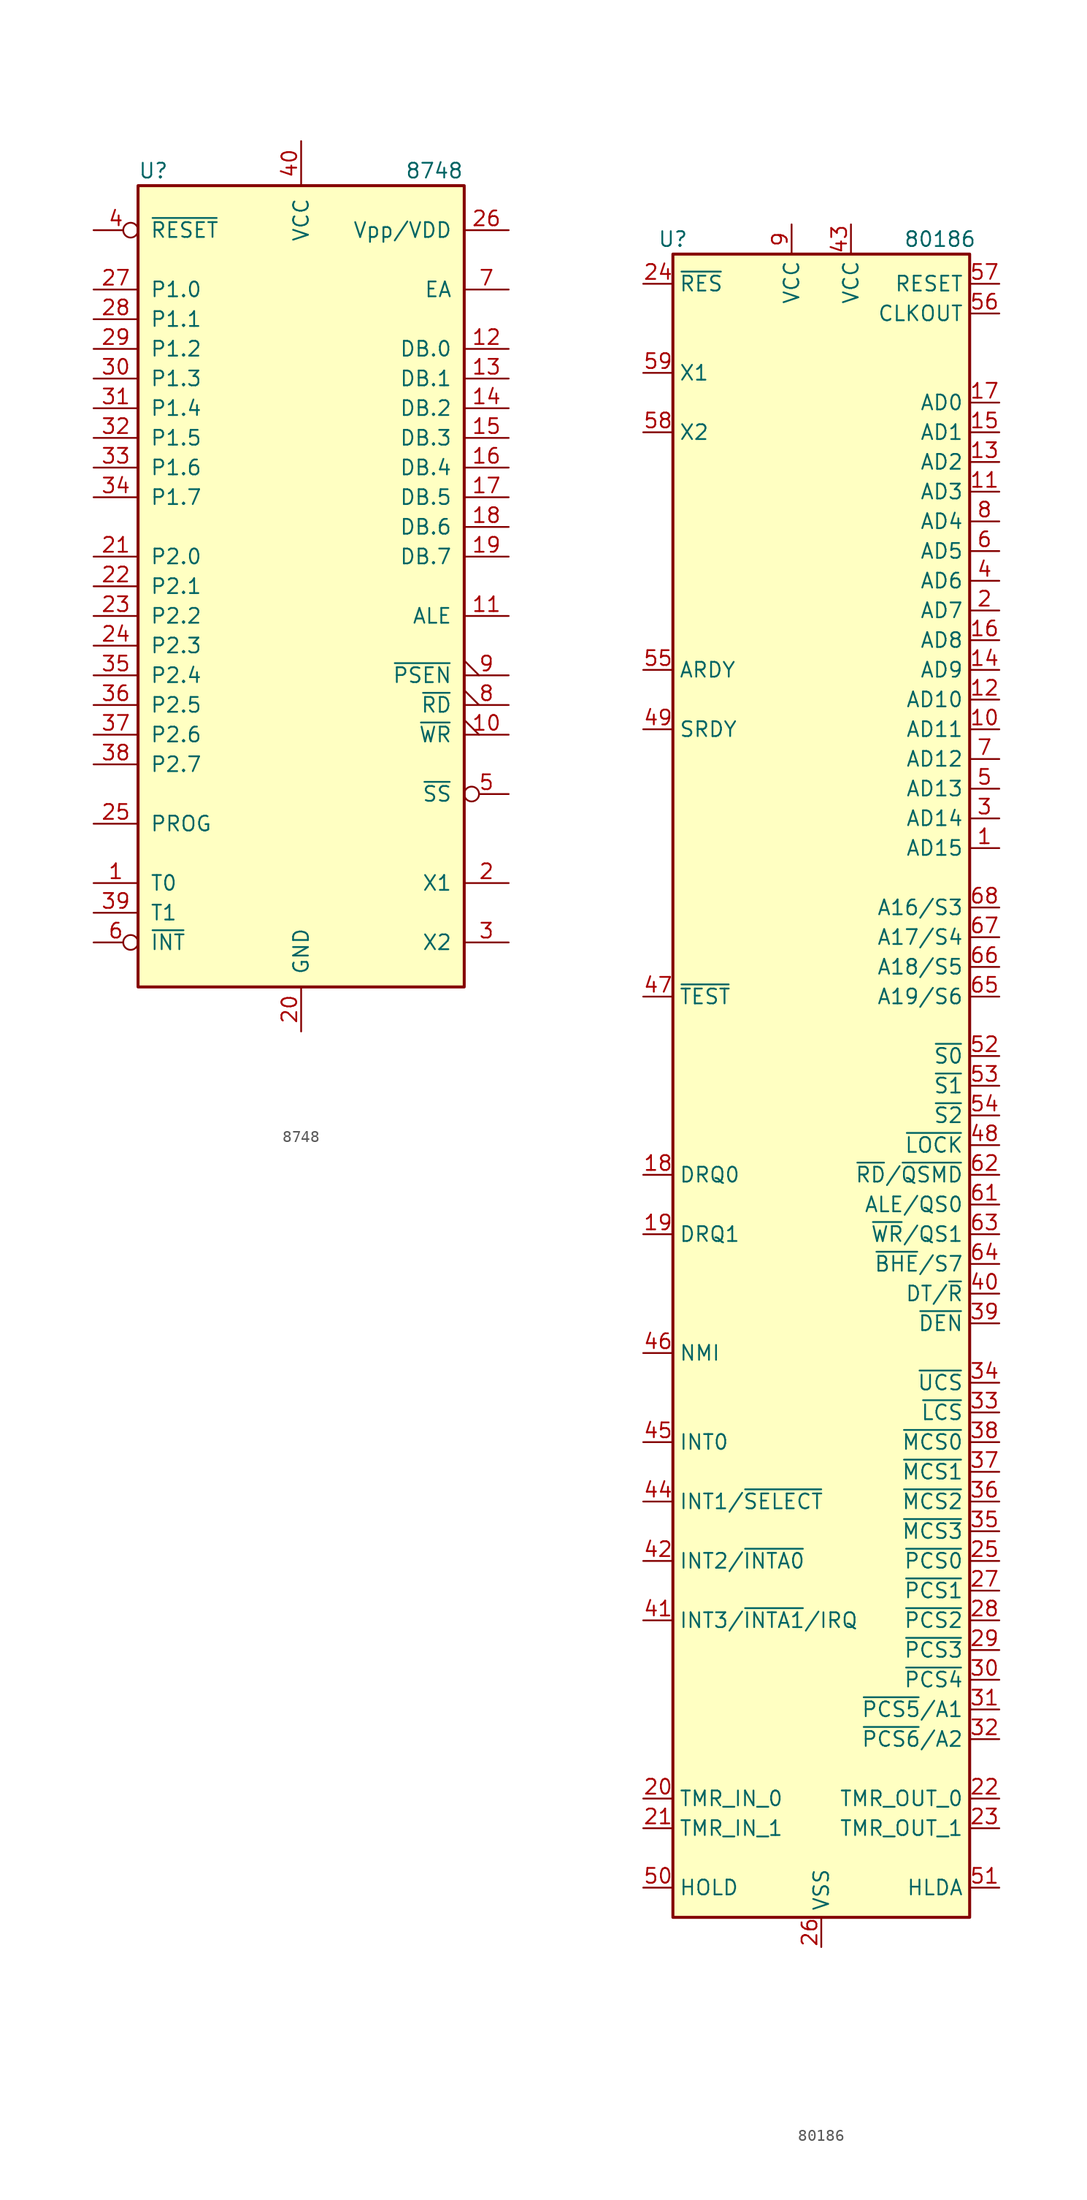
<source format=kicad_sym>
(kicad_symbol_lib
  (version 20241209)
  (generator "kicad_symbol_editor")
  (generator_version "9.0")
  (symbol "8748"
    (pin_names
      (offset 1.016))
    (property "Reference" "U"
      (at -13.97 35.56 0)
      (effects (font (size 1.27 1.27)) (justify left)))
    (property "Value" "8748"
      (at 8.89 35.56 0)
      (effects (font (size 1.27 1.27)) (justify left)))
    (symbol "8748_1_1"
      (rectangle (start -13.97 -34.29) (end 13.97 34.29) (stroke (width 0.254) (type default)) (fill (type background)))
      (pin input inverted (at -17.78 30.48 0) (length 3.81) (name "~{RESET}" (effects (font (size 1.27 1.27)))) (number "4" (effects (font (size 1.27 1.27)))))
      (pin bidirectional line (at -17.78 25.4 0) (length 3.81) (name "P1.0" (effects (font (size 1.27 1.27)))) (number "27" (effects (font (size 1.27 1.27)))))
      (pin bidirectional line (at -17.78 22.86 0) (length 3.81) (name "P1.1" (effects (font (size 1.27 1.27)))) (number "28" (effects (font (size 1.27 1.27)))))
      (pin bidirectional line (at -17.78 20.32 0) (length 3.81) (name "P1.2" (effects (font (size 1.27 1.27)))) (number "29" (effects (font (size 1.27 1.27)))))
      (pin bidirectional line (at -17.78 17.78 0) (length 3.81) (name "P1.3" (effects (font (size 1.27 1.27)))) (number "30" (effects (font (size 1.27 1.27)))))
      (pin bidirectional line (at -17.78 15.24 0) (length 3.81) (name "P1.4" (effects (font (size 1.27 1.27)))) (number "31" (effects (font (size 1.27 1.27)))))
      (pin bidirectional line (at -17.78 12.7 0) (length 3.81) (name "P1.5" (effects (font (size 1.27 1.27)))) (number "32" (effects (font (size 1.27 1.27)))))
      (pin bidirectional line (at -17.78 10.16 0) (length 3.81) (name "P1.6" (effects (font (size 1.27 1.27)))) (number "33" (effects (font (size 1.27 1.27)))))
      (pin bidirectional line (at -17.78 7.62 0) (length 3.81) (name "P1.7" (effects (font (size 1.27 1.27)))) (number "34" (effects (font (size 1.27 1.27)))))
      (pin bidirectional line (at -17.78 2.54 0) (length 3.81) (name "P2.0" (effects (font (size 1.27 1.27)))) (number "21" (effects (font (size 1.27 1.27)))))
      (pin bidirectional line (at -17.78 0 0) (length 3.81) (name "P2.1" (effects (font (size 1.27 1.27)))) (number "22" (effects (font (size 1.27 1.27)))))
      (pin bidirectional line (at -17.78 -2.54 0) (length 3.81) (name "P2.2" (effects (font (size 1.27 1.27)))) (number "23" (effects (font (size 1.27 1.27)))))
      (pin bidirectional line (at -17.78 -5.08 0) (length 3.81) (name "P2.3" (effects (font (size 1.27 1.27)))) (number "24" (effects (font (size 1.27 1.27)))))
      (pin bidirectional line (at -17.78 -7.62 0) (length 3.81) (name "P2.4" (effects (font (size 1.27 1.27)))) (number "35" (effects (font (size 1.27 1.27)))))
      (pin bidirectional line (at -17.78 -10.16 0) (length 3.81) (name "P2.5" (effects (font (size 1.27 1.27)))) (number "36" (effects (font (size 1.27 1.27)))))
      (pin bidirectional line (at -17.78 -12.7 0) (length 3.81) (name "P2.6" (effects (font (size 1.27 1.27)))) (number "37" (effects (font (size 1.27 1.27)))))
      (pin bidirectional line (at -17.78 -15.24 0) (length 3.81) (name "P2.7" (effects (font (size 1.27 1.27)))) (number "38" (effects (font (size 1.27 1.27)))))
      (pin output line (at -17.78 -20.32 0) (length 3.81) (name "PROG" (effects (font (size 1.27 1.27)))) (number "25" (effects (font (size 1.27 1.27)))))
      (pin input line (at -17.78 -25.4 0) (length 3.81) (name "T0" (effects (font (size 1.27 1.27)))) (number "1" (effects (font (size 1.27 1.27)))))
      (pin input line (at -17.78 -27.94 0) (length 3.81) (name "T1" (effects (font (size 1.27 1.27)))) (number "39" (effects (font (size 1.27 1.27)))))
      (pin input inverted (at -17.78 -30.48 0) (length 3.81) (name "~{INT}" (effects (font (size 1.27 1.27)))) (number "6" (effects (font (size 1.27 1.27)))))
      (pin power_in line (at 0 38.1 270) (length 3.81) (name "VCC" (effects (font (size 1.27 1.27)))) (number "40" (effects (font (size 1.27 1.27)))))
      (pin power_in line (at 0 -38.1 90) (length 3.81) (name "GND" (effects (font (size 1.27 1.27)))) (number "20" (effects (font (size 1.27 1.27)))))
      (pin power_in line (at 17.78 30.48 180) (length 3.81) (name "Vpp/VDD" (effects (font (size 1.27 1.27)))) (number "26" (effects (font (size 1.27 1.27)))))
      (pin input line (at 17.78 25.4 180) (length 3.81) (name "EA" (effects (font (size 1.27 1.27)))) (number "7" (effects (font (size 1.27 1.27)))))
      (pin bidirectional line (at 17.78 20.32 180) (length 3.81) (name "DB.0" (effects (font (size 1.27 1.27)))) (number "12" (effects (font (size 1.27 1.27)))))
      (pin bidirectional line (at 17.78 17.78 180) (length 3.81) (name "DB.1" (effects (font (size 1.27 1.27)))) (number "13" (effects (font (size 1.27 1.27)))))
      (pin bidirectional line (at 17.78 15.24 180) (length 3.81) (name "DB.2" (effects (font (size 1.27 1.27)))) (number "14" (effects (font (size 1.27 1.27)))))
      (pin bidirectional line (at 17.78 12.7 180) (length 3.81) (name "DB.3" (effects (font (size 1.27 1.27)))) (number "15" (effects (font (size 1.27 1.27)))))
      (pin bidirectional line (at 17.78 10.16 180) (length 3.81) (name "DB.4" (effects (font (size 1.27 1.27)))) (number "16" (effects (font (size 1.27 1.27)))))
      (pin bidirectional line (at 17.78 7.62 180) (length 3.81) (name "DB.5" (effects (font (size 1.27 1.27)))) (number "17" (effects (font (size 1.27 1.27)))))
      (pin bidirectional line (at 17.78 5.08 180) (length 3.81) (name "DB.6" (effects (font (size 1.27 1.27)))) (number "18" (effects (font (size 1.27 1.27)))))
      (pin bidirectional line (at 17.78 2.54 180) (length 3.81) (name "DB.7" (effects (font (size 1.27 1.27)))) (number "19" (effects (font (size 1.27 1.27)))))
      (pin output line (at 17.78 -2.54 180) (length 3.81) (name "ALE" (effects (font (size 1.27 1.27)))) (number "11" (effects (font (size 1.27 1.27)))))
      (pin output output_low (at 17.78 -7.62 180) (length 3.81) (name "~{PSEN}" (effects (font (size 1.27 1.27)))) (number "9" (effects (font (size 1.27 1.27)))))
      (pin output output_low (at 17.78 -10.16 180) (length 3.81) (name "~{RD}" (effects (font (size 1.27 1.27)))) (number "8" (effects (font (size 1.27 1.27)))))
      (pin output output_low (at 17.78 -12.7 180) (length 3.81) (name "~{WR}" (effects (font (size 1.27 1.27)))) (number "10" (effects (font (size 1.27 1.27)))))
      (pin input inverted (at 17.78 -17.78 180) (length 3.81) (name "~{SS}" (effects (font (size 1.27 1.27)))) (number "5" (effects (font (size 1.27 1.27)))))
      (pin input line (at 17.78 -25.4 180) (length 3.81) (name "X1" (effects (font (size 1.27 1.27)))) (number "2" (effects (font (size 1.27 1.27)))))
      (pin output line (at 17.78 -30.48 180) (length 3.81) (name "X2" (effects (font (size 1.27 1.27)))) (number "3" (effects (font (size 1.27 1.27)))))))
  (symbol "80186"
    (property "Reference" "U"
      (at -12.7 72.39 0)
      (effects (font (size 1.27 1.27))))
    (property "Value" "80186"
      (at 10.16 72.39 0)
      (effects (font (size 1.27 1.27))))
    (symbol "80186_0_1"
      (rectangle (start 12.7 -71.12) (end -12.7 71.12) (stroke (width 0.254) (type default)) (fill (type background))))
    (symbol "80186_1_1"
      (pin input line (at -15.24 68.58 0) (length 2.54) (name "~{RES}" (effects (font (size 1.27 1.27)))) (number "24" (effects (font (size 1.27 1.27)))))
      (pin input line (at -15.24 60.96 0) (length 2.54) (name "X1" (effects (font (size 1.27 1.27)))) (number "59" (effects (font (size 1.27 1.27)))))
      (pin output line (at -15.24 55.88 0) (length 2.54) (name "X2" (effects (font (size 1.27 1.27)))) (number "58" (effects (font (size 1.27 1.27)))))
      (pin input line (at -15.24 35.56 0) (length 2.54) (name "ARDY" (effects (font (size 1.27 1.27)))) (number "55" (effects (font (size 1.27 1.27)))))
      (pin input line (at -15.24 30.48 0) (length 2.54) (name "SRDY" (effects (font (size 1.27 1.27)))) (number "49" (effects (font (size 1.27 1.27)))))
      (pin bidirectional line (at -15.24 7.62 0) (length 2.54) (name "~{TEST}" (effects (font (size 1.27 1.27)))) (number "47" (effects (font (size 1.27 1.27)))))
      (pin input line (at -15.24 -7.62 0) (length 2.54) (name "DRQ0" (effects (font (size 1.27 1.27)))) (number "18" (effects (font (size 1.27 1.27)))))
      (pin input line (at -15.24 -12.7 0) (length 2.54) (name "DRQ1" (effects (font (size 1.27 1.27)))) (number "19" (effects (font (size 1.27 1.27)))))
      (pin input line (at -15.24 -22.86 0) (length 2.54) (name "NMI" (effects (font (size 1.27 1.27)))) (number "46" (effects (font (size 1.27 1.27)))))
      (pin input line (at -15.24 -30.48 0) (length 2.54) (name "INT0" (effects (font (size 1.27 1.27)))) (number "45" (effects (font (size 1.27 1.27)))))
      (pin input line (at -15.24 -35.56 0) (length 2.54) (name "INT1/~{SELECT}" (effects (font (size 1.27 1.27)))) (number "44" (effects (font (size 1.27 1.27)))))
      (pin bidirectional line (at -15.24 -40.64 0) (length 2.54) (name "INT2/~{INTA0}" (effects (font (size 1.27 1.27)))) (number "42" (effects (font (size 1.27 1.27)))))
      (pin bidirectional line (at -15.24 -45.72 0) (length 2.54) (name "INT3/~{INTA1}/IRQ" (effects (font (size 1.27 1.27)))) (number "41" (effects (font (size 1.27 1.27)))))
      (pin input line (at -15.24 -60.96 0) (length 2.54) (name "TMR_IN_0" (effects (font (size 1.27 1.27)))) (number "20" (effects (font (size 1.27 1.27)))))
      (pin input line (at -15.24 -63.5 0) (length 2.54) (name "TMR_IN_1" (effects (font (size 1.27 1.27)))) (number "21" (effects (font (size 1.27 1.27)))))
      (pin input line (at -15.24 -68.58 0) (length 2.54) (name "HOLD" (effects (font (size 1.27 1.27)))) (number "50" (effects (font (size 1.27 1.27)))))
      (pin power_in line (at -2.54 73.66 270) (length 2.54) (name "VCC" (effects (font (size 1.27 1.27)))) (number "9" (effects (font (size 1.27 1.27)))))
      (pin power_in line (at 0 -73.66 90) (length 2.54) (name "VSS" (effects (font (size 1.27 1.27)))) (number "26" (effects (font (size 1.27 1.27)))))
      (pin passive line (at 0 -73.66 90) (length 2.54) (hide yes) (name "VSS" (effects (font (size 1.27 1.27)))) (number "60" (effects (font (size 1.27 1.27)))))
      (pin power_in line (at 2.54 73.66 270) (length 2.54) (name "VCC" (effects (font (size 1.27 1.27)))) (number "43" (effects (font (size 1.27 1.27)))))
      (pin output line (at 15.24 68.58 180) (length 2.54) (name "RESET" (effects (font (size 1.27 1.27)))) (number "57" (effects (font (size 1.27 1.27)))))
      (pin output line (at 15.24 66.04 180) (length 2.54) (name "CLKOUT" (effects (font (size 1.27 1.27)))) (number "56" (effects (font (size 1.27 1.27)))))
      (pin bidirectional line (at 15.24 58.42 180) (length 2.54) (name "AD0" (effects (font (size 1.27 1.27)))) (number "17" (effects (font (size 1.27 1.27)))))
      (pin bidirectional line (at 15.24 55.88 180) (length 2.54) (name "AD1" (effects (font (size 1.27 1.27)))) (number "15" (effects (font (size 1.27 1.27)))))
      (pin bidirectional line (at 15.24 53.34 180) (length 2.54) (name "AD2" (effects (font (size 1.27 1.27)))) (number "13" (effects (font (size 1.27 1.27)))))
      (pin bidirectional line (at 15.24 50.8 180) (length 2.54) (name "AD3" (effects (font (size 1.27 1.27)))) (number "11" (effects (font (size 1.27 1.27)))))
      (pin bidirectional line (at 15.24 48.26 180) (length 2.54) (name "AD4" (effects (font (size 1.27 1.27)))) (number "8" (effects (font (size 1.27 1.27)))))
      (pin bidirectional line (at 15.24 45.72 180) (length 2.54) (name "AD5" (effects (font (size 1.27 1.27)))) (number "6" (effects (font (size 1.27 1.27)))))
      (pin bidirectional line (at 15.24 43.18 180) (length 2.54) (name "AD6" (effects (font (size 1.27 1.27)))) (number "4" (effects (font (size 1.27 1.27)))))
      (pin bidirectional line (at 15.24 40.64 180) (length 2.54) (name "AD7" (effects (font (size 1.27 1.27)))) (number "2" (effects (font (size 1.27 1.27)))))
      (pin bidirectional line (at 15.24 38.1 180) (length 2.54) (name "AD8" (effects (font (size 1.27 1.27)))) (number "16" (effects (font (size 1.27 1.27)))))
      (pin bidirectional line (at 15.24 35.56 180) (length 2.54) (name "AD9" (effects (font (size 1.27 1.27)))) (number "14" (effects (font (size 1.27 1.27)))))
      (pin bidirectional line (at 15.24 33.02 180) (length 2.54) (name "AD10" (effects (font (size 1.27 1.27)))) (number "12" (effects (font (size 1.27 1.27)))))
      (pin bidirectional line (at 15.24 30.48 180) (length 2.54) (name "AD11" (effects (font (size 1.27 1.27)))) (number "10" (effects (font (size 1.27 1.27)))))
      (pin bidirectional line (at 15.24 27.94 180) (length 2.54) (name "AD12" (effects (font (size 1.27 1.27)))) (number "7" (effects (font (size 1.27 1.27)))))
      (pin bidirectional line (at 15.24 25.4 180) (length 2.54) (name "AD13" (effects (font (size 1.27 1.27)))) (number "5" (effects (font (size 1.27 1.27)))))
      (pin bidirectional line (at 15.24 22.86 180) (length 2.54) (name "AD14" (effects (font (size 1.27 1.27)))) (number "3" (effects (font (size 1.27 1.27)))))
      (pin bidirectional line (at 15.24 20.32 180) (length 2.54) (name "AD15" (effects (font (size 1.27 1.27)))) (number "1" (effects (font (size 1.27 1.27)))))
      (pin output line (at 15.24 15.24 180) (length 2.54) (name "A16/S3" (effects (font (size 1.27 1.27)))) (number "68" (effects (font (size 1.27 1.27)))))
      (pin output line (at 15.24 12.7 180) (length 2.54) (name "A17/S4" (effects (font (size 1.27 1.27)))) (number "67" (effects (font (size 1.27 1.27)))))
      (pin output line (at 15.24 10.16 180) (length 2.54) (name "A18/S5" (effects (font (size 1.27 1.27)))) (number "66" (effects (font (size 1.27 1.27)))))
      (pin output line (at 15.24 7.62 180) (length 2.54) (name "A19/S6" (effects (font (size 1.27 1.27)))) (number "65" (effects (font (size 1.27 1.27)))))
      (pin output line (at 15.24 2.54 180) (length 2.54) (name "~{S0}" (effects (font (size 1.27 1.27)))) (number "52" (effects (font (size 1.27 1.27)))))
      (pin output line (at 15.24 0 180) (length 2.54) (name "~{S1}" (effects (font (size 1.27 1.27)))) (number "53" (effects (font (size 1.27 1.27)))))
      (pin output line (at 15.24 -2.54 180) (length 2.54) (name "~{S2}" (effects (font (size 1.27 1.27)))) (number "54" (effects (font (size 1.27 1.27)))))
      (pin output line (at 15.24 -5.08 180) (length 2.54) (name "~{LOCK}" (effects (font (size 1.27 1.27)))) (number "48" (effects (font (size 1.27 1.27)))))
      (pin output line (at 15.24 -7.62 180) (length 2.54) (name "~{RD}/~{QSMD}" (effects (font (size 1.27 1.27)))) (number "62" (effects (font (size 1.27 1.27)))))
      (pin output line (at 15.24 -10.16 180) (length 2.54) (name "ALE/QS0" (effects (font (size 1.27 1.27)))) (number "61" (effects (font (size 1.27 1.27)))))
      (pin output line (at 15.24 -12.7 180) (length 2.54) (name "~{WR}/QS1" (effects (font (size 1.27 1.27)))) (number "63" (effects (font (size 1.27 1.27)))))
      (pin output line (at 15.24 -15.24 180) (length 2.54) (name "~{BHE}/S7" (effects (font (size 1.27 1.27)))) (number "64" (effects (font (size 1.27 1.27)))))
      (pin output line (at 15.24 -17.78 180) (length 2.54) (name "DT/~{R}" (effects (font (size 1.27 1.27)))) (number "40" (effects (font (size 1.27 1.27)))))
      (pin output line (at 15.24 -20.32 180) (length 2.54) (name "~{DEN}" (effects (font (size 1.27 1.27)))) (number "39" (effects (font (size 1.27 1.27)))))
      (pin output line (at 15.24 -25.4 180) (length 2.54) (name "~{UCS}" (effects (font (size 1.27 1.27)))) (number "34" (effects (font (size 1.27 1.27)))))
      (pin output line (at 15.24 -27.94 180) (length 2.54) (name "~{LCS}" (effects (font (size 1.27 1.27)))) (number "33" (effects (font (size 1.27 1.27)))))
      (pin output line (at 15.24 -30.48 180) (length 2.54) (name "~{MCS0}" (effects (font (size 1.27 1.27)))) (number "38" (effects (font (size 1.27 1.27)))))
      (pin output line (at 15.24 -33.02 180) (length 2.54) (name "~{MCS1}" (effects (font (size 1.27 1.27)))) (number "37" (effects (font (size 1.27 1.27)))))
      (pin output line (at 15.24 -35.56 180) (length 2.54) (name "~{MCS2}" (effects (font (size 1.27 1.27)))) (number "36" (effects (font (size 1.27 1.27)))))
      (pin output line (at 15.24 -38.1 180) (length 2.54) (name "~{MCS3}" (effects (font (size 1.27 1.27)))) (number "35" (effects (font (size 1.27 1.27)))))
      (pin output line (at 15.24 -40.64 180) (length 2.54) (name "~{PCS0}" (effects (font (size 1.27 1.27)))) (number "25" (effects (font (size 1.27 1.27)))))
      (pin output line (at 15.24 -43.18 180) (length 2.54) (name "~{PCS1}" (effects (font (size 1.27 1.27)))) (number "27" (effects (font (size 1.27 1.27)))))
      (pin output line (at 15.24 -45.72 180) (length 2.54) (name "~{PCS2}" (effects (font (size 1.27 1.27)))) (number "28" (effects (font (size 1.27 1.27)))))
      (pin output line (at 15.24 -48.26 180) (length 2.54) (name "~{PCS3}" (effects (font (size 1.27 1.27)))) (number "29" (effects (font (size 1.27 1.27)))))
      (pin output line (at 15.24 -50.8 180) (length 2.54) (name "~{PCS4}" (effects (font (size 1.27 1.27)))) (number "30" (effects (font (size 1.27 1.27)))))
      (pin output line (at 15.24 -53.34 180) (length 2.54) (name "~{PCS5}/A1" (effects (font (size 1.27 1.27)))) (number "31" (effects (font (size 1.27 1.27)))))
      (pin output line (at 15.24 -55.88 180) (length 2.54) (name "~{PCS6}/A2" (effects (font (size 1.27 1.27)))) (number "32" (effects (font (size 1.27 1.27)))))
      (pin output line (at 15.24 -60.96 180) (length 2.54) (name "TMR_OUT_0" (effects (font (size 1.27 1.27)))) (number "22" (effects (font (size 1.27 1.27)))))
      (pin output line (at 15.24 -63.5 180) (length 2.54) (name "TMR_OUT_1" (effects (font (size 1.27 1.27)))) (number "23" (effects (font (size 1.27 1.27)))))
      (pin output line (at 15.24 -68.58 180) (length 2.54) (name "HLDA" (effects (font (size 1.27 1.27)))) (number "51" (effects (font (size 1.27 1.27))))))))
</source>
